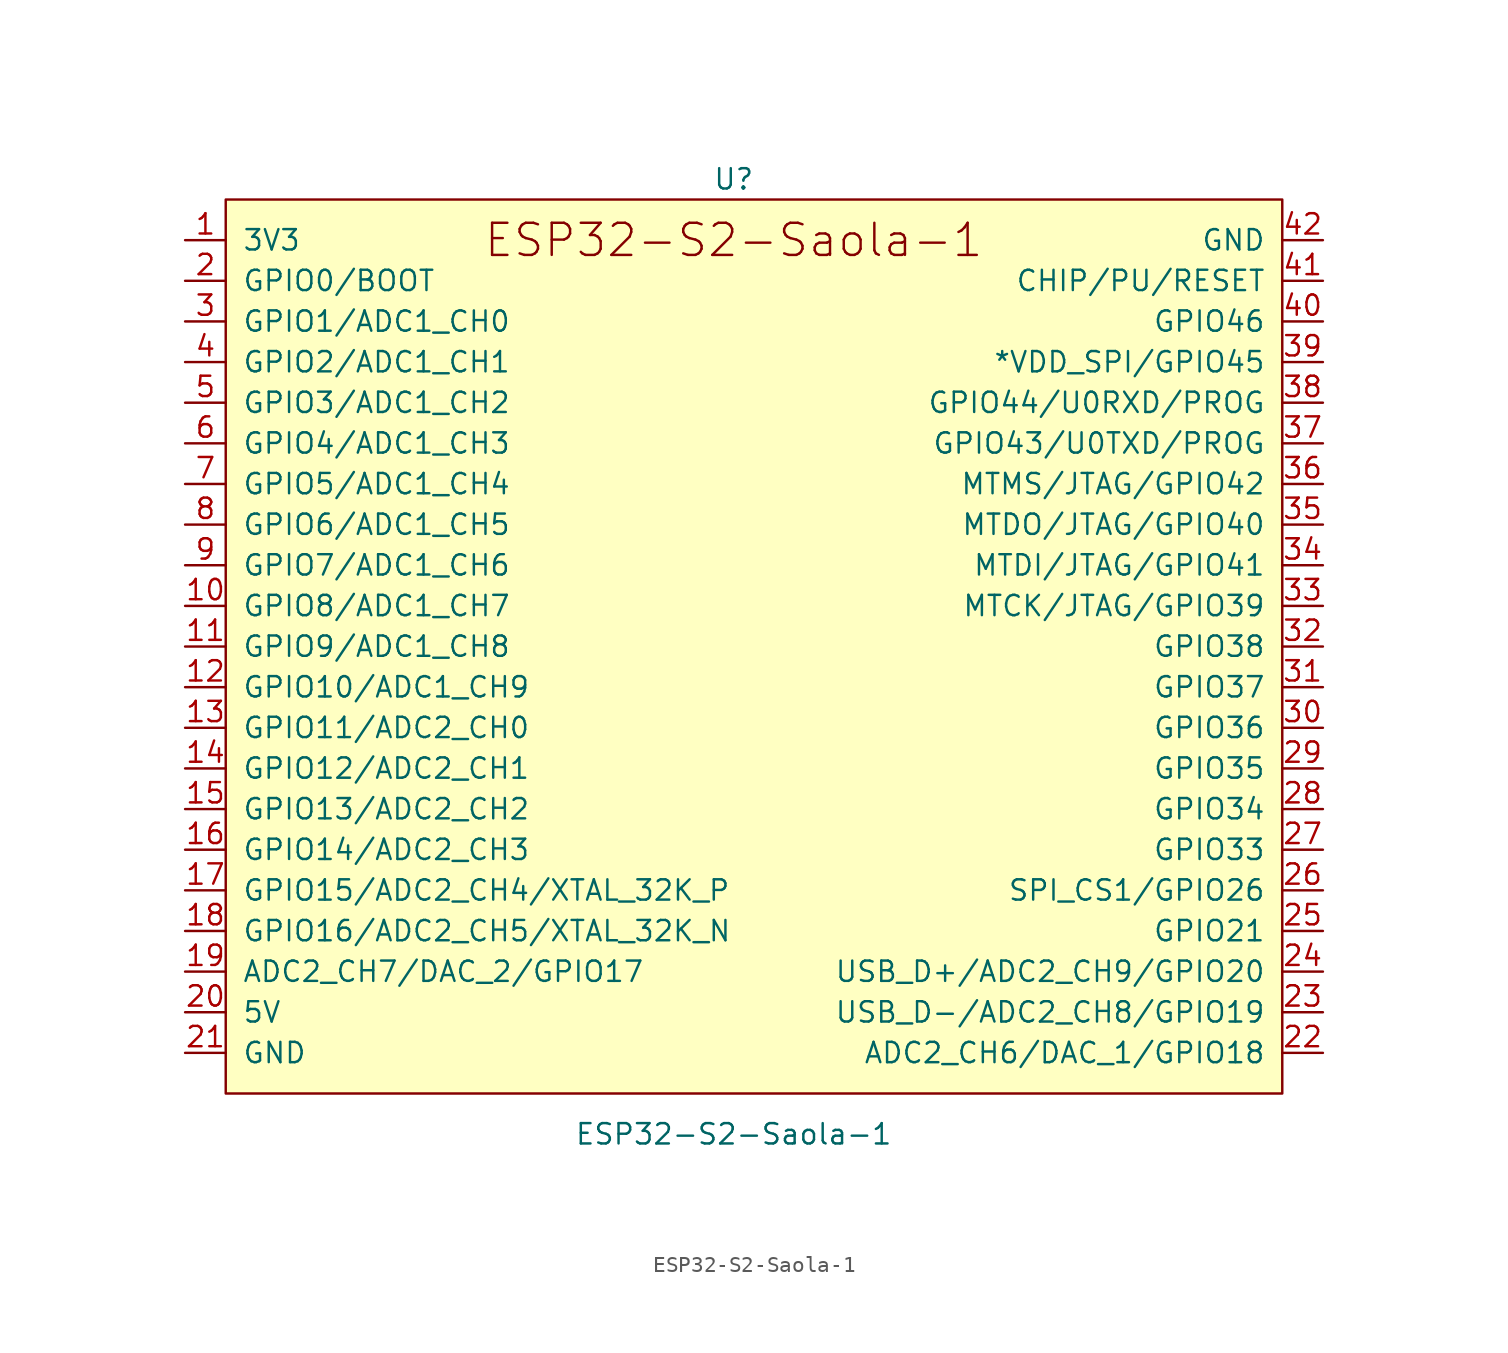
<source format=kicad_sym>
(kicad_symbol_lib
  (version 20231120)
  (generator "kicad_symbol_editor")
  (generator_version "8.0")
  (symbol "ESP32-S2-Saola-1"
    (pin_names
      (offset 1.016))
    (property "Reference" "U"
      (at 0 27.94 0)
      (effects (font (size 1.27 1.27))))
    (property "Value" "ESP32-S2-Saola-1"
      (at 0 -31.75 0)
      (effects (font (size 1.27 1.27))))
    (symbol "ESP32-S2-Saola-1_0_0"
      (text "ESP32-S2-Saola-1" (at 0 24.13 0) (effects (font (size 2.007 2.007))))
      (pin power_in line (at -34.29 24.13 0) (length 2.54) (name "3V3" (effects (font (size 1.27 1.27)))) (number "1" (effects (font (size 1.27 1.27)))))
      (pin bidirectional line (at -34.29 1.27 0) (length 2.54) (name "GPIO8/ADC1_CH7" (effects (font (size 1.27 1.27)))) (number "10" (effects (font (size 1.27 1.27)))))
      (pin bidirectional line (at -34.29 -1.27 0) (length 2.54) (name "GPIO9/ADC1_CH8" (effects (font (size 1.27 1.27)))) (number "11" (effects (font (size 1.27 1.27)))))
      (pin bidirectional line (at -34.29 -3.81 0) (length 2.54) (name "GPIO10/ADC1_CH9" (effects (font (size 1.27 1.27)))) (number "12" (effects (font (size 1.27 1.27)))))
      (pin bidirectional line (at -34.29 -6.35 0) (length 2.54) (name "GPIO11/ADC2_CH0" (effects (font (size 1.27 1.27)))) (number "13" (effects (font (size 1.27 1.27)))))
      (pin bidirectional line (at -34.29 -8.89 0) (length 2.54) (name "GPIO12/ADC2_CH1" (effects (font (size 1.27 1.27)))) (number "14" (effects (font (size 1.27 1.27)))))
      (pin bidirectional line (at -34.29 -11.43 0) (length 2.54) (name "GPIO13/ADC2_CH2" (effects (font (size 1.27 1.27)))) (number "15" (effects (font (size 1.27 1.27)))))
      (pin bidirectional line (at -34.29 -13.97 0) (length 2.54) (name "GPIO14/ADC2_CH3" (effects (font (size 1.27 1.27)))) (number "16" (effects (font (size 1.27 1.27)))))
      (pin bidirectional line (at -34.29 -16.51 0) (length 2.54) (name "GPIO15/ADC2_CH4/XTAL_32K_P" (effects (font (size 1.27 1.27)))) (number "17" (effects (font (size 1.27 1.27)))))
      (pin bidirectional line (at -34.29 -19.05 0) (length 2.54) (name "GPIO16/ADC2_CH5/XTAL_32K_N" (effects (font (size 1.27 1.27)))) (number "18" (effects (font (size 1.27 1.27)))))
      (pin bidirectional line (at -34.29 -21.59 0) (length 2.54) (name "ADC2_CH7/DAC_2/GPIO17" (effects (font (size 1.27 1.27)))) (number "19" (effects (font (size 1.27 1.27)))))
      (pin bidirectional line (at -34.29 21.59 0) (length 2.54) (name "GPIO0/BOOT" (effects (font (size 1.27 1.27)))) (number "2" (effects (font (size 1.27 1.27)))))
      (pin power_in line (at -34.29 -24.13 0) (length 2.54) (name "5V" (effects (font (size 1.27 1.27)))) (number "20" (effects (font (size 1.27 1.27)))))
      (pin power_in line (at -34.29 -26.67 0) (length 2.54) (name "GND" (effects (font (size 1.27 1.27)))) (number "21" (effects (font (size 1.27 1.27)))))
      (pin bidirectional line (at 36.83 -26.67 180) (length 2.54) (name "ADC2_CH6/DAC_1/GPIO18" (effects (font (size 1.27 1.27)))) (number "22" (effects (font (size 1.27 1.27)))))
      (pin bidirectional line (at 36.83 -24.13 180) (length 2.54) (name "USB_D-/ADC2_CH8/GPIO19" (effects (font (size 1.27 1.27)))) (number "23" (effects (font (size 1.27 1.27)))))
      (pin bidirectional line (at 36.83 -21.59 180) (length 2.54) (name "USB_D+/ADC2_CH9/GPIO20" (effects (font (size 1.27 1.27)))) (number "24" (effects (font (size 1.27 1.27)))))
      (pin bidirectional line (at 36.83 -19.05 180) (length 2.54) (name "GPIO21" (effects (font (size 1.27 1.27)))) (number "25" (effects (font (size 1.27 1.27)))))
      (pin bidirectional line (at 36.83 -16.51 180) (length 2.54) (name "SPI_CS1/GPIO26" (effects (font (size 1.27 1.27)))) (number "26" (effects (font (size 1.27 1.27)))))
      (pin bidirectional line (at 36.83 -13.97 180) (length 2.54) (name "GPIO33" (effects (font (size 1.27 1.27)))) (number "27" (effects (font (size 1.27 1.27)))))
      (pin bidirectional line (at 36.83 -11.43 180) (length 2.54) (name "GPIO34" (effects (font (size 1.27 1.27)))) (number "28" (effects (font (size 1.27 1.27)))))
      (pin bidirectional line (at 36.83 -8.89 180) (length 2.54) (name "GPIO35" (effects (font (size 1.27 1.27)))) (number "29" (effects (font (size 1.27 1.27)))))
      (pin bidirectional line (at -34.29 19.05 0) (length 2.54) (name "GPIO1/ADC1_CH0" (effects (font (size 1.27 1.27)))) (number "3" (effects (font (size 1.27 1.27)))))
      (pin bidirectional line (at 36.83 -6.35 180) (length 2.54) (name "GPIO36" (effects (font (size 1.27 1.27)))) (number "30" (effects (font (size 1.27 1.27)))))
      (pin bidirectional line (at 36.83 -3.81 180) (length 2.54) (name "GPIO37" (effects (font (size 1.27 1.27)))) (number "31" (effects (font (size 1.27 1.27)))))
      (pin bidirectional line (at 36.83 -1.27 180) (length 2.54) (name "GPIO38" (effects (font (size 1.27 1.27)))) (number "32" (effects (font (size 1.27 1.27)))))
      (pin bidirectional line (at 36.83 1.27 180) (length 2.54) (name "MTCK/JTAG/GPIO39" (effects (font (size 1.27 1.27)))) (number "33" (effects (font (size 1.27 1.27)))))
      (pin bidirectional line (at 36.83 3.81 180) (length 2.54) (name "MTDI/JTAG/GPIO41" (effects (font (size 1.27 1.27)))) (number "34" (effects (font (size 1.27 1.27)))))
      (pin bidirectional line (at 36.83 6.35 180) (length 2.54) (name "MTDO/JTAG/GPIO40" (effects (font (size 1.27 1.27)))) (number "35" (effects (font (size 1.27 1.27)))))
      (pin bidirectional line (at 36.83 8.89 180) (length 2.54) (name "MTMS/JTAG/GPIO42" (effects (font (size 1.27 1.27)))) (number "36" (effects (font (size 1.27 1.27)))))
      (pin bidirectional line (at 36.83 11.43 180) (length 2.54) (name "GPIO43/U0TXD/PROG" (effects (font (size 1.27 1.27)))) (number "37" (effects (font (size 1.27 1.27)))))
      (pin bidirectional line (at 36.83 13.97 180) (length 2.54) (name "GPIO44/U0RXD/PROG" (effects (font (size 1.27 1.27)))) (number "38" (effects (font (size 1.27 1.27)))))
      (pin bidirectional line (at 36.83 16.51 180) (length 2.54) (name "*VDD_SPI/GPIO45" (effects (font (size 1.27 1.27)))) (number "39" (effects (font (size 1.27 1.27)))))
      (pin unspecified line (at -34.29 16.51 0) (length 2.54) (name "GPIO2/ADC1_CH1" (effects (font (size 1.27 1.27)))) (number "4" (effects (font (size 1.27 1.27)))))
      (pin input line (at 36.83 19.05 180) (length 2.54) (name "GPIO46" (effects (font (size 1.27 1.27)))) (number "40" (effects (font (size 1.27 1.27)))))
      (pin input line (at 36.83 21.59 180) (length 2.54) (name "CHIP/PU/RESET" (effects (font (size 1.27 1.27)))) (number "41" (effects (font (size 1.27 1.27)))))
      (pin power_in line (at 36.83 24.13 180) (length 2.54) (name "GND" (effects (font (size 1.27 1.27)))) (number "42" (effects (font (size 1.27 1.27)))))
      (pin bidirectional line (at -34.29 13.97 0) (length 2.54) (name "GPIO3/ADC1_CH2" (effects (font (size 1.27 1.27)))) (number "5" (effects (font (size 1.27 1.27)))))
      (pin bidirectional line (at -34.29 11.43 0) (length 2.54) (name "GPIO4/ADC1_CH3" (effects (font (size 1.27 1.27)))) (number "6" (effects (font (size 1.27 1.27)))))
      (pin bidirectional line (at -34.29 8.89 0) (length 2.54) (name "GPIO5/ADC1_CH4" (effects (font (size 1.27 1.27)))) (number "7" (effects (font (size 1.27 1.27)))))
      (pin bidirectional line (at -34.29 6.35 0) (length 2.54) (name "GPIO6/ADC1_CH5" (effects (font (size 1.27 1.27)))) (number "8" (effects (font (size 1.27 1.27)))))
      (pin bidirectional line (at -34.29 3.81 0) (length 2.54) (name "GPIO7/ADC1_CH6" (effects (font (size 1.27 1.27)))) (number "9" (effects (font (size 1.27 1.27))))))
    (symbol "ESP32-S2-Saola-1_0_1"
      (rectangle (start -31.75 26.67) (end 34.29 -29.21) (stroke (width 0) (type default)) (fill (type background))))))
</source>
